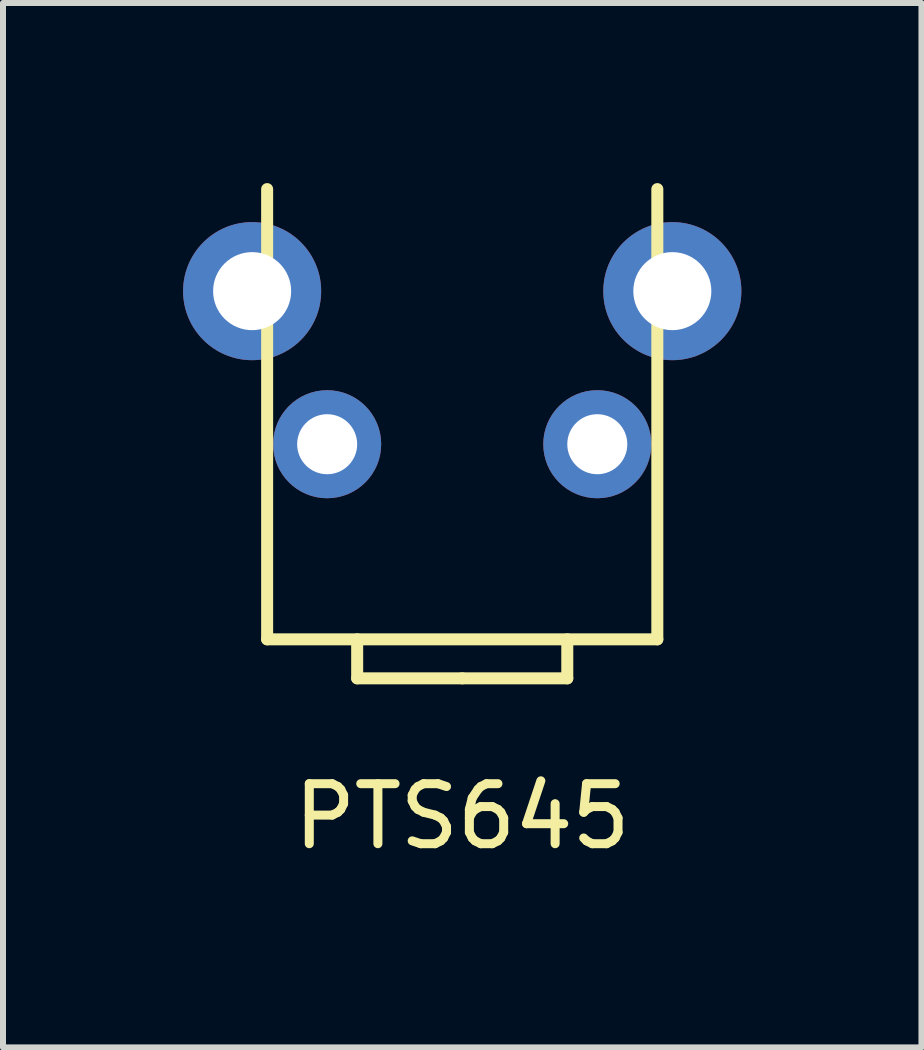
<source format=kicad_pcb>
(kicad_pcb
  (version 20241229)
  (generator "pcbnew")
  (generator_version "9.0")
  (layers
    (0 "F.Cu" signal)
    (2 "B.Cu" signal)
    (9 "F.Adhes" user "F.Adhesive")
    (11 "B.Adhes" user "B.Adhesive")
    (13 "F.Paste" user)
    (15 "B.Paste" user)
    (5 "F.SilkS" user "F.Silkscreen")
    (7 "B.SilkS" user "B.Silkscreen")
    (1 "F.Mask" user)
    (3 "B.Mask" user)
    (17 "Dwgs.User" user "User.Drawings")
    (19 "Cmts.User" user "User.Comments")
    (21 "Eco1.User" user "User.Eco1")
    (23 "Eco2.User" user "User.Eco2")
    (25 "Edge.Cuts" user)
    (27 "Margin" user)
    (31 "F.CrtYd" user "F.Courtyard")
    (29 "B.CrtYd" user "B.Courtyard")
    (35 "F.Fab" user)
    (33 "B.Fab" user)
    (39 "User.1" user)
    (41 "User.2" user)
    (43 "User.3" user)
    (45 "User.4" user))
  (footprint "PTS645"
    (layer "F.Cu")
    (at 4.65 4.35)
    (property "Reference" "PTS645" (at 0 6.2 0) (layer "F.SilkS") (effects (font (size 1 1) (thickness 0.15))))
    (attr through_hole)
    (fp_line (start -3.25 -4.25) (end -3.25 3.25) (stroke (width 0.2) (type solid)) (layer "F.SilkS"))
    (fp_line (start -3.25 3.25) (end 3.25 3.25) (stroke (width 0.2) (type solid)) (layer "F.SilkS"))
    (fp_line (start -1.75 3.9) (end -1.75 3.25) (stroke (width 0.2) (type solid)) (layer "F.SilkS"))
    (fp_line (start 0 3.9) (end -1.75 3.9) (stroke (width 0.2) (type solid)) (layer "F.SilkS"))
    (fp_line (start 0 3.9) (end 1.75 3.9) (stroke (width 0.2) (type solid)) (layer "F.SilkS"))
    (fp_line (start 1.75 3.9) (end 1.75 3.25) (stroke (width 0.2) (type solid)) (layer "F.SilkS"))
    (fp_line (start 3.25 3.25) (end 3.25 -4.25) (stroke (width 0.2) (type solid)) (layer "F.SilkS"))
    (pad "1" thru_hole circle (at -2.25 0) (size 1.8 1.8) (drill 1) (layers "*.Cu" "*.Mask"))
    (pad "2" thru_hole circle (at 2.25 0) (size 1.8 1.8) (drill 1) (layers "*.Cu" "*.Mask"))
    (pad "S" thru_hole circle (at -3.5 -2.55) (size 2.3 2.3) (drill 1.3) (layers "*.Cu" "*.Mask"))
    (pad "S" thru_hole circle (at 3.5 -2.55) (size 2.3 2.3) (drill 1.3) (layers "*.Cu" "*.Mask")))
  (gr_rect
    (start -3 -3)
    (end 12.3 14.398)
    (stroke (width 0.1) (type default))
    (fill no)
    (layer "Edge.Cuts")))
</source>
